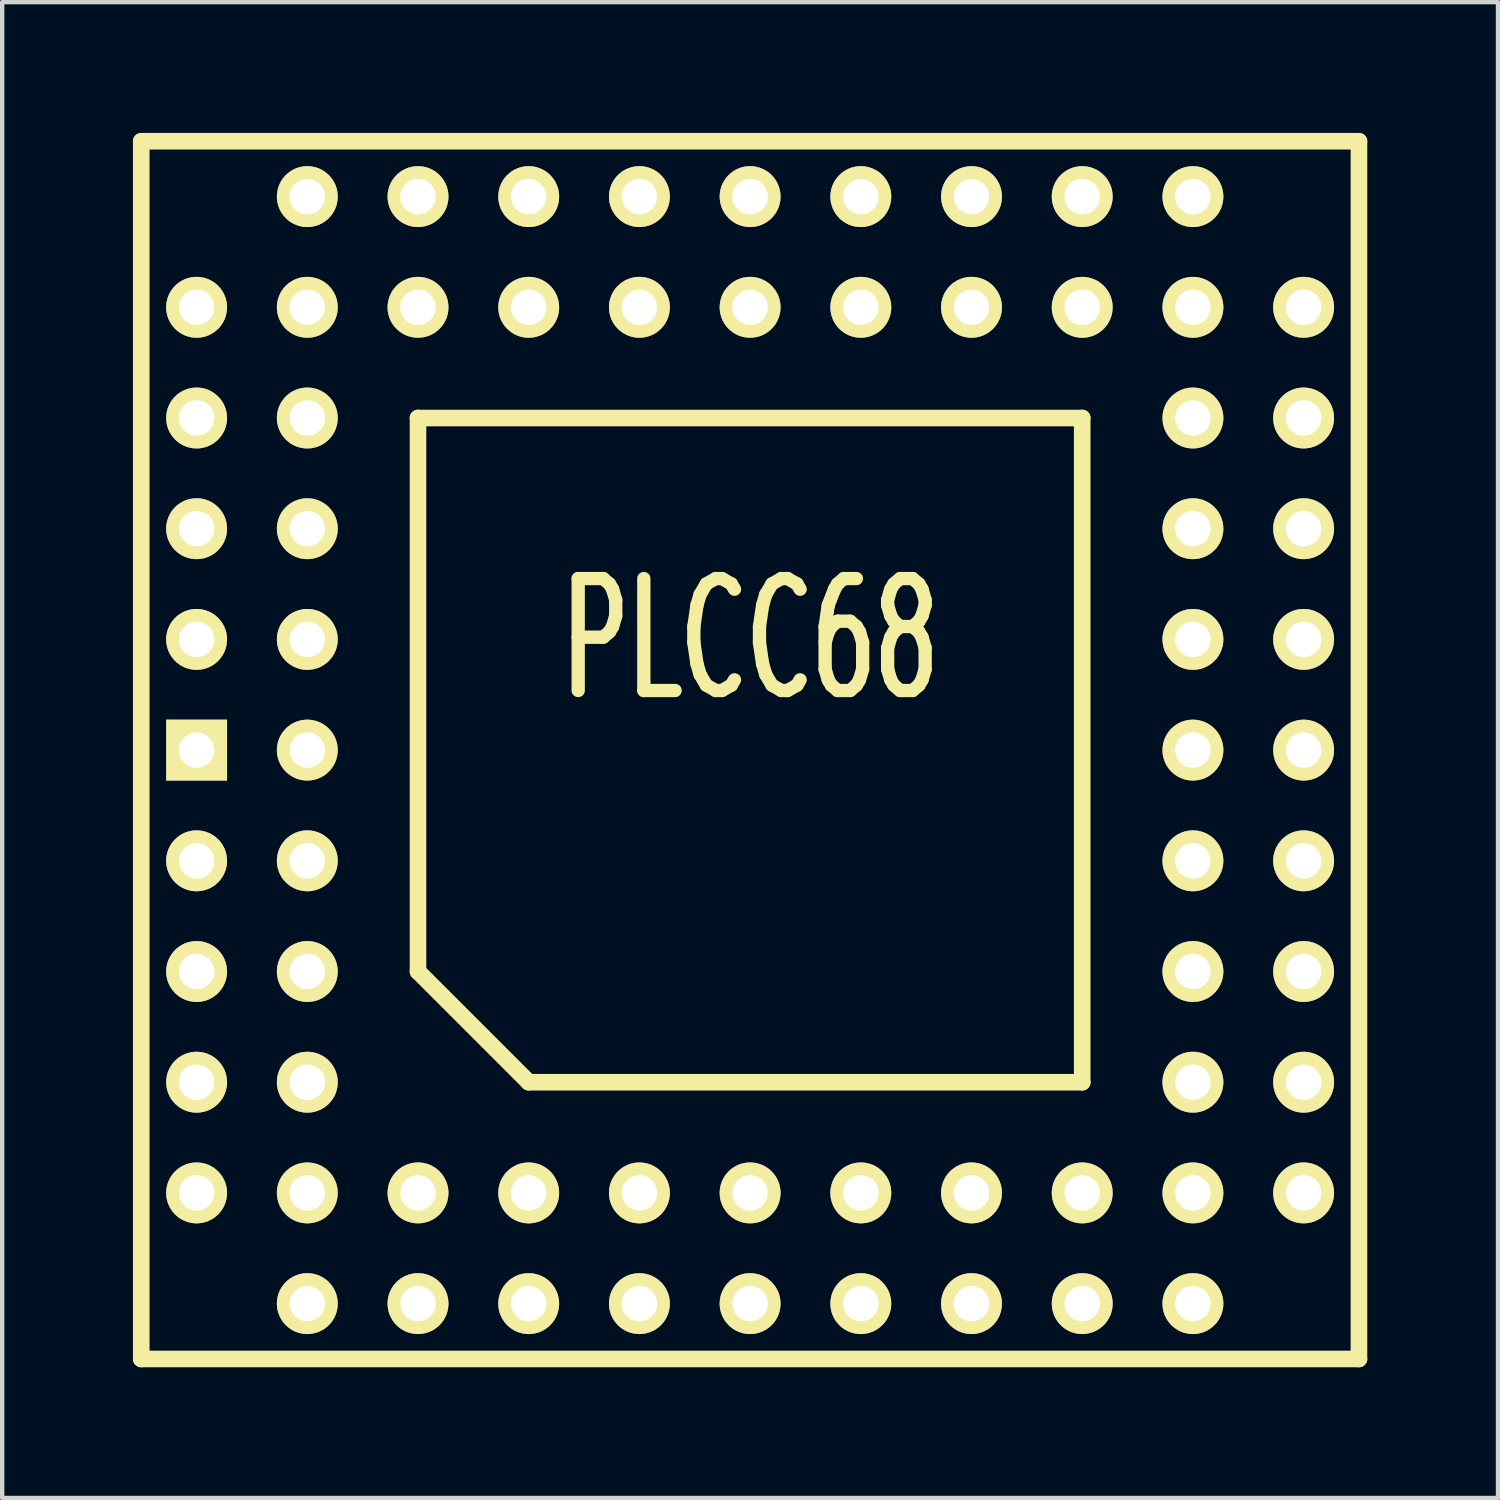
<source format=kicad_pcb>
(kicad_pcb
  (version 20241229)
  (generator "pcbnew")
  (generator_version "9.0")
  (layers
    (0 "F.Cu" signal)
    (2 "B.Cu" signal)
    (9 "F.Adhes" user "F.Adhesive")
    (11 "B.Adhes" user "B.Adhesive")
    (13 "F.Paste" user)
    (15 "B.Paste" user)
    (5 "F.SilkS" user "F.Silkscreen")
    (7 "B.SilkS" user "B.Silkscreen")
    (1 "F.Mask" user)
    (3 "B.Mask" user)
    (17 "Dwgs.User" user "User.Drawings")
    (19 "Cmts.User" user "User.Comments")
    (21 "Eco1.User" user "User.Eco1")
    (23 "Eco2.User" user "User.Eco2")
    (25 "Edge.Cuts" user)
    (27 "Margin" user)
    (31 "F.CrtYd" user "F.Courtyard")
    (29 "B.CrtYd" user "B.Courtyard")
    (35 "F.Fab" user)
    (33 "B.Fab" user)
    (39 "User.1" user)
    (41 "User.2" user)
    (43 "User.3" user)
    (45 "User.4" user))
  (footprint "PLCC68"
    (layer "F.Cu")
    (at 14.161 14.161)
    (property "Reference" "PLCC68" (at 0 -2.54 0) (layer "F.SilkS") (effects (font (size 2.568 1.506) (thickness 0.305))))
    (attr through_hole)
    (fp_line (start -13.97 -13.97) (end 13.97 -13.97) (stroke (width 0.381) (type solid)) (layer "F.SilkS"))
    (fp_line (start -13.97 13.97) (end -13.97 -13.97) (stroke (width 0.381) (type solid)) (layer "F.SilkS"))
    (fp_line (start -7.62 -7.62) (end 7.62 -7.62) (stroke (width 0.381) (type solid)) (layer "F.SilkS"))
    (fp_line (start -7.62 5.08) (end -7.62 -7.62) (stroke (width 0.381) (type solid)) (layer "F.SilkS"))
    (fp_line (start -5.08 7.62) (end -7.62 5.08) (stroke (width 0.381) (type solid)) (layer "F.SilkS"))
    (fp_line (start 7.62 -7.62) (end 7.62 7.62) (stroke (width 0.381) (type solid)) (layer "F.SilkS"))
    (fp_line (start 7.62 7.62) (end -5.08 7.62) (stroke (width 0.381) (type solid)) (layer "F.SilkS"))
    (fp_line (start 13.97 -13.97) (end 13.97 13.97) (stroke (width 0.381) (type solid)) (layer "F.SilkS"))
    (fp_line (start 13.97 13.97) (end -13.97 13.97) (stroke (width 0.381) (type solid)) (layer "F.SilkS"))
    (pad "1" thru_hole rect (at -12.7 0) (size 1.397 1.397) (drill 0.813) (layers "*.Cu" "*.Mask" "F.SilkS"))
    (pad "2" thru_hole circle (at -10.16 0) (size 1.397 1.397) (drill 0.813) (layers "*.Cu" "*.Mask" "F.SilkS"))
    (pad "3" thru_hole circle (at -12.7 2.54) (size 1.397 1.397) (drill 0.813) (layers "*.Cu" "*.Mask" "F.SilkS"))
    (pad "4" thru_hole circle (at -10.16 2.54) (size 1.397 1.397) (drill 0.813) (layers "*.Cu" "*.Mask" "F.SilkS"))
    (pad "5" thru_hole circle (at -12.7 5.08) (size 1.397 1.397) (drill 0.813) (layers "*.Cu" "*.Mask" "F.SilkS"))
    (pad "6" thru_hole circle (at -10.16 5.08) (size 1.397 1.397) (drill 0.813) (layers "*.Cu" "*.Mask" "F.SilkS"))
    (pad "7" thru_hole circle (at -12.7 7.62) (size 1.397 1.397) (drill 0.813) (layers "*.Cu" "*.Mask" "F.SilkS"))
    (pad "8" thru_hole circle (at -10.16 7.62) (size 1.397 1.397) (drill 0.813) (layers "*.Cu" "*.Mask" "F.SilkS"))
    (pad "9" thru_hole circle (at -12.7 10.16) (size 1.397 1.397) (drill 0.813) (layers "*.Cu" "*.Mask" "F.SilkS"))
    (pad "10" thru_hole circle (at -10.16 12.7) (size 1.397 1.397) (drill 0.813) (layers "*.Cu" "*.Mask" "F.SilkS"))
    (pad "11" thru_hole circle (at -10.16 10.16) (size 1.397 1.397) (drill 0.813) (layers "*.Cu" "*.Mask" "F.SilkS"))
    (pad "12" thru_hole circle (at -7.62 12.7) (size 1.397 1.397) (drill 0.813) (layers "*.Cu" "*.Mask" "F.SilkS"))
    (pad "13" thru_hole circle (at -7.62 10.16) (size 1.397 1.397) (drill 0.813) (layers "*.Cu" "*.Mask" "F.SilkS"))
    (pad "14" thru_hole circle (at -5.08 12.7) (size 1.397 1.397) (drill 0.813) (layers "*.Cu" "*.Mask" "F.SilkS"))
    (pad "15" thru_hole circle (at -5.08 10.16) (size 1.397 1.397) (drill 0.813) (layers "*.Cu" "*.Mask" "F.SilkS"))
    (pad "16" thru_hole circle (at -2.54 12.7) (size 1.397 1.397) (drill 0.813) (layers "*.Cu" "*.Mask" "F.SilkS"))
    (pad "17" thru_hole circle (at -2.54 10.16) (size 1.397 1.397) (drill 0.813) (layers "*.Cu" "*.Mask" "F.SilkS"))
    (pad "18" thru_hole circle (at 0 12.7) (size 1.397 1.397) (drill 0.813) (layers "*.Cu" "*.Mask" "F.SilkS"))
    (pad "19" thru_hole circle (at 0 10.16) (size 1.397 1.397) (drill 0.813) (layers "*.Cu" "*.Mask" "F.SilkS"))
    (pad "20" thru_hole circle (at 2.54 12.7) (size 1.397 1.397) (drill 0.813) (layers "*.Cu" "*.Mask" "F.SilkS"))
    (pad "21" thru_hole circle (at 2.54 10.16) (size 1.397 1.397) (drill 0.813) (layers "*.Cu" "*.Mask" "F.SilkS"))
    (pad "22" thru_hole circle (at 5.08 12.7) (size 1.397 1.397) (drill 0.813) (layers "*.Cu" "*.Mask" "F.SilkS"))
    (pad "23" thru_hole circle (at 5.08 10.16) (size 1.397 1.397) (drill 0.813) (layers "*.Cu" "*.Mask" "F.SilkS"))
    (pad "24" thru_hole circle (at 7.62 12.7) (size 1.397 1.397) (drill 0.813) (layers "*.Cu" "*.Mask" "F.SilkS"))
    (pad "25" thru_hole circle (at 7.62 10.16) (size 1.397 1.397) (drill 0.813) (layers "*.Cu" "*.Mask" "F.SilkS"))
    (pad "26" thru_hole circle (at 10.16 12.7) (size 1.397 1.397) (drill 0.813) (layers "*.Cu" "*.Mask" "F.SilkS"))
    (pad "27" thru_hole circle (at 12.7 10.16) (size 1.397 1.397) (drill 0.813) (layers "*.Cu" "*.Mask" "F.SilkS"))
    (pad "28" thru_hole circle (at 10.16 10.16) (size 1.397 1.397) (drill 0.813) (layers "*.Cu" "*.Mask" "F.SilkS"))
    (pad "29" thru_hole circle (at 12.7 7.62) (size 1.397 1.397) (drill 0.813) (layers "*.Cu" "*.Mask" "F.SilkS"))
    (pad "30" thru_hole circle (at 10.16 7.62) (size 1.397 1.397) (drill 0.813) (layers "*.Cu" "*.Mask" "F.SilkS"))
    (pad "31" thru_hole circle (at 12.7 5.08) (size 1.397 1.397) (drill 0.813) (layers "*.Cu" "*.Mask" "F.SilkS"))
    (pad "32" thru_hole circle (at 10.16 5.08) (size 1.397 1.397) (drill 0.813) (layers "*.Cu" "*.Mask" "F.SilkS"))
    (pad "33" thru_hole circle (at 12.7 2.54) (size 1.397 1.397) (drill 0.813) (layers "*.Cu" "*.Mask" "F.SilkS"))
    (pad "34" thru_hole circle (at 10.16 2.54) (size 1.397 1.397) (drill 0.813) (layers "*.Cu" "*.Mask" "F.SilkS"))
    (pad "35" thru_hole circle (at 12.7 0) (size 1.397 1.397) (drill 0.813) (layers "*.Cu" "*.Mask" "F.SilkS"))
    (pad "36" thru_hole circle (at 10.16 0) (size 1.397 1.397) (drill 0.813) (layers "*.Cu" "*.Mask" "F.SilkS"))
    (pad "37" thru_hole circle (at 12.7 -2.54) (size 1.397 1.397) (drill 0.813) (layers "*.Cu" "*.Mask" "F.SilkS"))
    (pad "38" thru_hole circle (at 10.16 -2.54) (size 1.397 1.397) (drill 0.813) (layers "*.Cu" "*.Mask" "F.SilkS"))
    (pad "39" thru_hole circle (at 12.7 -5.08) (size 1.397 1.397) (drill 0.813) (layers "*.Cu" "*.Mask" "F.SilkS"))
    (pad "40" thru_hole circle (at 10.16 -5.08) (size 1.397 1.397) (drill 0.813) (layers "*.Cu" "*.Mask" "F.SilkS"))
    (pad "41" thru_hole circle (at 12.7 -7.62) (size 1.397 1.397) (drill 0.813) (layers "*.Cu" "*.Mask" "F.SilkS"))
    (pad "42" thru_hole circle (at 10.16 -7.62) (size 1.397 1.397) (drill 0.813) (layers "*.Cu" "*.Mask" "F.SilkS"))
    (pad "43" thru_hole circle (at 12.7 -10.16) (size 1.397 1.397) (drill 0.813) (layers "*.Cu" "*.Mask" "F.SilkS"))
    (pad "44" thru_hole circle (at 10.16 -12.7) (size 1.397 1.397) (drill 0.813) (layers "*.Cu" "*.Mask" "F.SilkS"))
    (pad "45" thru_hole circle (at 10.16 -10.16) (size 1.397 1.397) (drill 0.813) (layers "*.Cu" "*.Mask" "F.SilkS"))
    (pad "46" thru_hole circle (at 7.62 -12.7) (size 1.397 1.397) (drill 0.813) (layers "*.Cu" "*.Mask" "F.SilkS"))
    (pad "47" thru_hole circle (at 7.62 -10.16) (size 1.397 1.397) (drill 0.813) (layers "*.Cu" "*.Mask" "F.SilkS"))
    (pad "48" thru_hole circle (at 5.08 -12.7) (size 1.397 1.397) (drill 0.813) (layers "*.Cu" "*.Mask" "F.SilkS"))
    (pad "49" thru_hole circle (at 5.08 -10.16) (size 1.397 1.397) (drill 0.813) (layers "*.Cu" "*.Mask" "F.SilkS"))
    (pad "50" thru_hole circle (at 2.54 -12.7) (size 1.397 1.397) (drill 0.813) (layers "*.Cu" "*.Mask" "F.SilkS"))
    (pad "51" thru_hole circle (at 2.54 -10.16) (size 1.397 1.397) (drill 0.813) (layers "*.Cu" "*.Mask" "F.SilkS"))
    (pad "52" thru_hole circle (at 0 -12.7) (size 1.397 1.397) (drill 0.813) (layers "*.Cu" "*.Mask" "F.SilkS"))
    (pad "53" thru_hole circle (at 0 -10.16) (size 1.397 1.397) (drill 0.813) (layers "*.Cu" "*.Mask" "F.SilkS"))
    (pad "54" thru_hole circle (at -2.54 -12.7) (size 1.397 1.397) (drill 0.813) (layers "*.Cu" "*.Mask" "F.SilkS"))
    (pad "55" thru_hole circle (at -2.54 -10.16) (size 1.397 1.397) (drill 0.813) (layers "*.Cu" "*.Mask" "F.SilkS"))
    (pad "56" thru_hole circle (at -5.08 -12.7) (size 1.397 1.397) (drill 0.813) (layers "*.Cu" "*.Mask" "F.SilkS"))
    (pad "57" thru_hole circle (at -5.08 -10.16) (size 1.397 1.397) (drill 0.813) (layers "*.Cu" "*.Mask" "F.SilkS"))
    (pad "58" thru_hole circle (at -7.62 -12.7) (size 1.397 1.397) (drill 0.813) (layers "*.Cu" "*.Mask" "F.SilkS"))
    (pad "59" thru_hole circle (at -7.62 -10.16) (size 1.397 1.397) (drill 0.813) (layers "*.Cu" "*.Mask" "F.SilkS"))
    (pad "60" thru_hole circle (at -10.16 -12.7) (size 1.397 1.397) (drill 0.813) (layers "*.Cu" "*.Mask" "F.SilkS"))
    (pad "61" thru_hole circle (at -12.7 -10.16) (size 1.397 1.397) (drill 0.813) (layers "*.Cu" "*.Mask" "F.SilkS"))
    (pad "62" thru_hole circle (at -10.16 -10.16) (size 1.397 1.397) (drill 0.813) (layers "*.Cu" "*.Mask" "F.SilkS"))
    (pad "63" thru_hole circle (at -12.7 -7.62) (size 1.397 1.397) (drill 0.813) (layers "*.Cu" "*.Mask" "F.SilkS"))
    (pad "64" thru_hole circle (at -10.16 -7.62) (size 1.397 1.397) (drill 0.813) (layers "*.Cu" "*.Mask" "F.SilkS"))
    (pad "65" thru_hole circle (at -12.7 -5.08) (size 1.397 1.397) (drill 0.813) (layers "*.Cu" "*.Mask" "F.SilkS"))
    (pad "66" thru_hole circle (at -10.16 -5.08) (size 1.397 1.397) (drill 0.813) (layers "*.Cu" "*.Mask" "F.SilkS"))
    (pad "67" thru_hole circle (at -12.7 -2.54) (size 1.397 1.397) (drill 0.813) (layers "*.Cu" "*.Mask" "F.SilkS"))
    (pad "68" thru_hole circle (at -10.16 -2.54) (size 1.397 1.397) (drill 0.813) (layers "*.Cu" "*.Mask" "F.SilkS")))
  (gr_rect
    (start -3 -3)
    (end 31.321 31.321)
    (stroke (width 0.1) (type default))
    (fill no)
    (layer "Edge.Cuts")))
</source>
